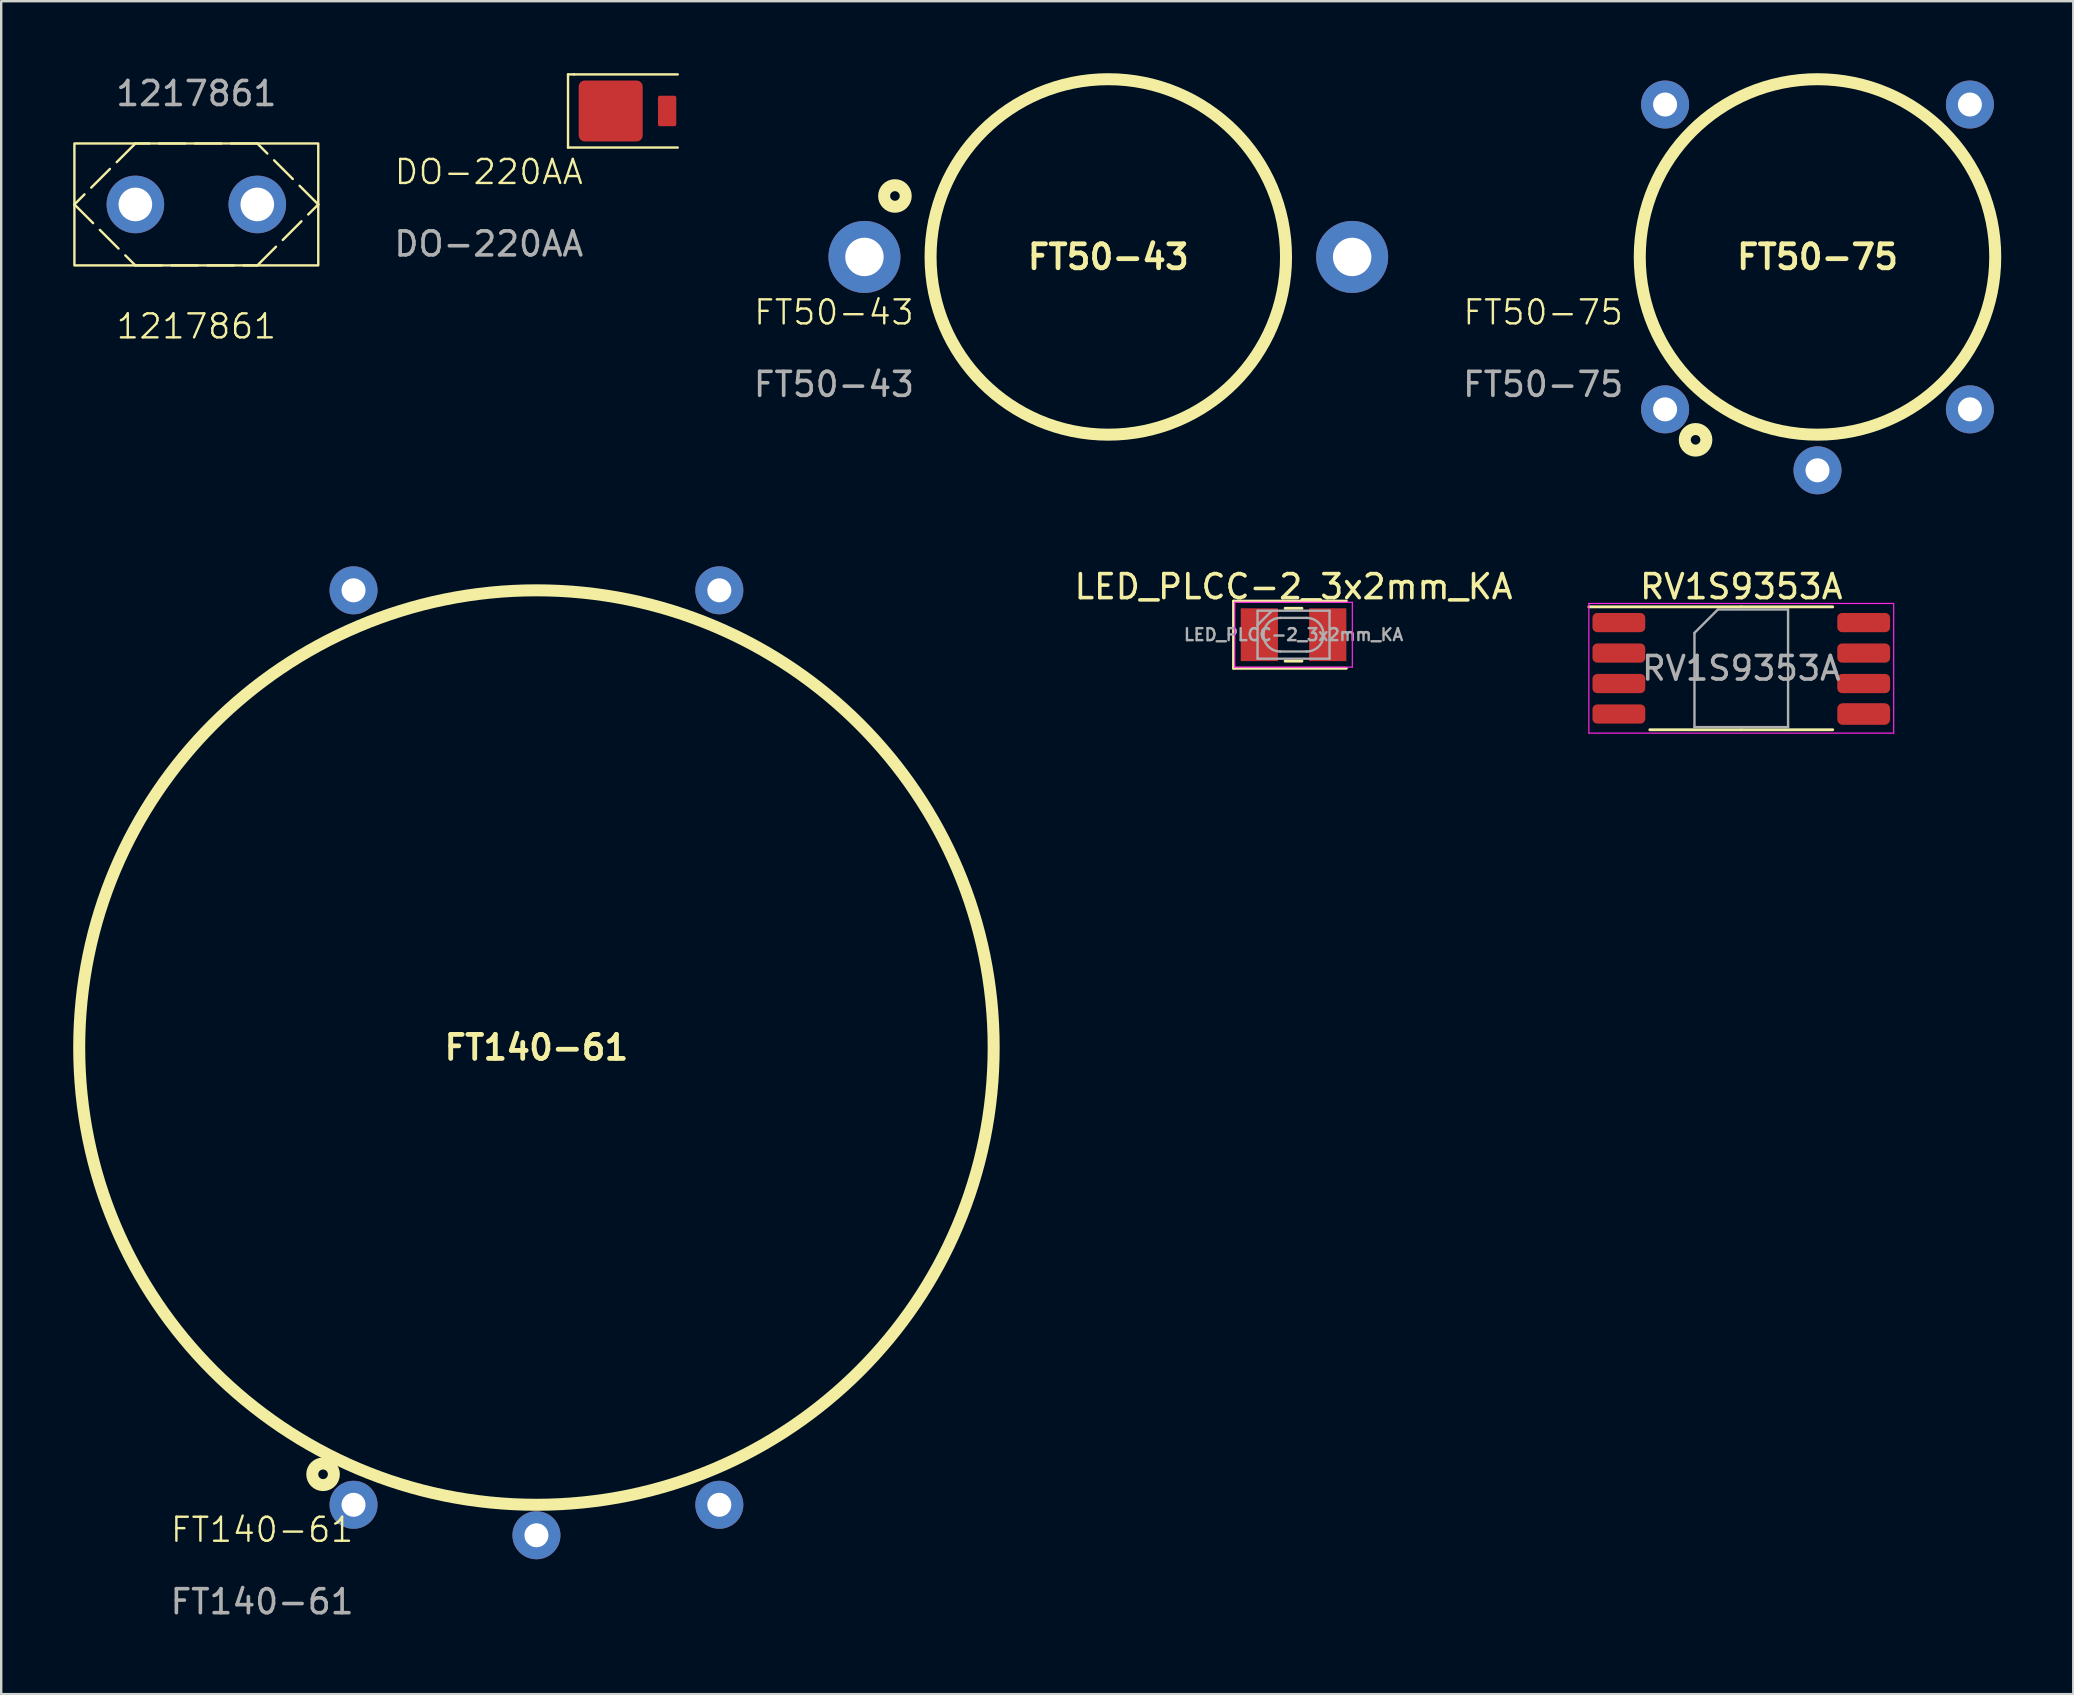
<source format=kicad_pcb>
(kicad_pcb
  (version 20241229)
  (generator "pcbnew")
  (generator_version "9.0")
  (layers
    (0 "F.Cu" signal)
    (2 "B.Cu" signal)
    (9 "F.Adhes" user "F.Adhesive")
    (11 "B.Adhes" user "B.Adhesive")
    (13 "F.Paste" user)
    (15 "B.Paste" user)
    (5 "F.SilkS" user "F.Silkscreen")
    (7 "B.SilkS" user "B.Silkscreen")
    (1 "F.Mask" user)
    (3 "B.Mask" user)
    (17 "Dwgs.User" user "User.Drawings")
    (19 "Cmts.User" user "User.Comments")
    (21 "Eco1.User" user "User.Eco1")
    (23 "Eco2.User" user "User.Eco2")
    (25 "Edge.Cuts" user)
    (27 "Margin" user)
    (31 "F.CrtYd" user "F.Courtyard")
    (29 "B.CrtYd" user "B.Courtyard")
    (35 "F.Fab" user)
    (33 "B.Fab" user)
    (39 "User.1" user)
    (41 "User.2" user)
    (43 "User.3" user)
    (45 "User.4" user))
  (footprint "1217861"
    (layer "F.Cu")
    (at 2.59 5.468)
    (property "Reference" "1217861" (at 2.54 5.08 0) (unlocked yes) (layer "F.SilkS") (effects (font (size 1 1) (thickness 0.1))))
    (attr through_hole)
    (fp_rect (start -2.54 -2.54) (end 7.62 2.54) (stroke (width 0.1) (type default)) (fill no) (layer "F.SilkS"))
    (fp_poly (pts (xy 0 -2.54) (xy -2.54 0) (xy 0 2.54) (xy 5.08 2.54) (xy 7.62 0) (xy 5.08 -2.54)) (stroke (width 0.1) (type dash)) (fill yes) (layer "F.SilkS"))
    (fp_text user "${REFERENCE}" (at 2.54 -4.62 0) (unlocked yes) (layer "F.Fab") (effects (font (size 1 1) (thickness 0.15))))
    (pad "1" thru_hole circle (at 0 0) (size 2.4 2.4) (drill 1.4) (layers "*.Cu" "*.Mask"))
    (pad "2" thru_hole circle (at 5.08 0) (size 2.4 2.4) (drill 1.4) (layers "*.Cu" "*.Mask")))
  (footprint "FT50-43"
    (layer "F.Cu")
    (at 36.776 14.005)
    (property "Reference" "FT50-43" (at -5.08 -4.04 0) (unlocked yes) (layer "F.SilkS") (effects (font (size 1 1) (thickness 0.1))))
    (attr through_hole)
    (fp_circle (center -2.54 -8.89) (end -2.34 -8.89) (stroke (width 0.5) (type default)) (fill no) (layer "F.SilkS"))
    (fp_circle (center 6.35 -6.35) (end 13.755 -6.35) (stroke (width 0.5) (type solid)) (fill no) (layer "F.SilkS"))
    (fp_text user "FT50-43" (at 6.35 -6.35 0) (unlocked yes) (layer "F.SilkS") (effects (font (size 1 1) (thickness 0.2) (bold yes))))
    (fp_text user "${REFERENCE}" (at -5.08 -1.04 0) (unlocked yes) (layer "F.Fab") (effects (font (size 1 1) (thickness 0.15))))
    (pad "1" thru_hole circle (at -3.81 -6.35) (size 3 3) (drill 1.6) (layers "*.Cu" "*.Mask"))
    (pad "2" thru_hole circle (at 16.51 -6.35) (size 3 3) (drill 1.6) (layers "*.Cu" "*.Mask")))
  (footprint "DO-220AA"
    (layer "F.Cu")
    (at 22.394 1.574)
    (property "Reference" "DO-220AA" (at -5.08 2.54 0) (unlocked yes) (layer "F.SilkS") (effects (font (size 1 1) (thickness 0.1))))
    (attr smd)
    (fp_line (start -1.778 -1.524) (end -1.778 1.524) (stroke (width 0.1) (type default)) (layer "F.SilkS"))
    (fp_line (start -1.778 1.524) (end 2.794 1.524) (stroke (width 0.1) (type default)) (layer "F.SilkS"))
    (fp_line (start -1.524 -1.524) (end -1.778 -1.524) (stroke (width 0.1) (type default)) (layer "F.SilkS"))
    (fp_line (start 2.794 -1.524) (end -1.524 -1.524) (stroke (width 0.1) (type default)) (layer "F.SilkS"))
    (fp_text user "${REFERENCE}" (at -5.08 5.54 0) (unlocked yes) (layer "F.Fab") (effects (font (size 1 1) (thickness 0.15))))
    (pad "1" smd roundrect (at 0 0) (size 2.67 2.54) (layers "F.Cu" "F.Mask" "F.Paste") (roundrect_rratio 0.1))
    (pad "2" smd roundrect (at 2.351 0) (size 0.762 1.27) (layers "F.Cu" "F.Mask" "F.Paste") (roundrect_rratio 0.1)))
  (footprint "FT50-75"
    (layer "F.Cu")
    (at 66.324 14.005)
    (property "Reference" "FT50-75" (at -5.08 -4.04 0) (unlocked yes) (layer "F.SilkS") (effects (font (size 1 1) (thickness 0.1))))
    (attr through_hole)
    (fp_circle (center 1.27 1.27) (end 1.47 1.27) (stroke (width 0.5) (type default)) (fill no) (layer "F.SilkS"))
    (fp_circle (center 6.35 -6.35) (end 13.755 -6.35) (stroke (width 0.5) (type solid)) (fill no) (layer "F.SilkS"))
    (fp_text user "FT50-75" (at 6.35 -6.35 0) (unlocked yes) (layer "F.SilkS") (effects (font (size 1 1) (thickness 0.2) (bold yes))))
    (fp_text user "${REFERENCE}" (at -5.08 -1.04 0) (unlocked yes) (layer "F.Fab") (effects (font (size 1 1) (thickness 0.15))))
    (pad "1" thru_hole circle (at 0 0) (size 2 2) (drill 1) (layers "*.Cu" "*.Mask"))
    (pad "2" thru_hole circle (at 6.35 2.54) (size 2 2) (drill 1) (layers "*.Cu" "*.Mask"))
    (pad "3" thru_hole circle (at 12.7 0) (size 2 2) (drill 1) (layers "*.Cu" "*.Mask"))
    (pad "4" thru_hole circle (at 0 -12.7) (size 2 2) (drill 1) (layers "*.Cu" "*.Mask"))
    (pad "5" thru_hole circle (at 12.7 -12.7) (size 2 2) (drill 1) (layers "*.Cu" "*.Mask")))
  (footprint "FT140-61"
    (layer "F.Cu")
    (at 19.3 40.595)
    (property "Reference" "FT140-61" (at -11.43 20.09 0) (unlocked yes) (layer "F.SilkS") (effects (font (size 1 1) (thickness 0.1))))
    (attr through_hole)
    (fp_circle (center -8.89 17.78) (end -8.69 17.78) (stroke (width 0.5) (type default)) (fill no) (layer "F.SilkS"))
    (fp_circle (center 0 0) (end 19.05 0) (stroke (width 0.5) (type solid)) (fill no) (layer "F.SilkS"))
    (fp_text user "FT140-61" (at 0 0 0) (unlocked yes) (layer "F.SilkS") (effects (font (size 1 1) (thickness 0.2) (bold yes))))
    (fp_text user "${REFERENCE}" (at -11.43 23.09 0) (unlocked yes) (layer "F.Fab") (effects (font (size 1 1) (thickness 0.15))))
    (pad "1" thru_hole circle (at -7.62 19.05) (size 2 2) (drill 1) (layers "*.Cu" "*.Mask"))
    (pad "2" thru_hole circle (at 0 20.32) (size 2 2) (drill 1) (layers "*.Cu" "*.Mask"))
    (pad "3" thru_hole circle (at 7.62 19.05) (size 2 2) (drill 1) (layers "*.Cu" "*.Mask"))
    (pad "4" thru_hole circle (at 7.62 -19.05) (size 2 2) (drill 1) (layers "*.Cu" "*.Mask"))
    (pad "5" thru_hole circle (at -7.62 -19.05) (size 2 2) (drill 1) (layers "*.Cu" "*.Mask")))
  (footprint "LED_PLCC-2_3x2mm_KA"
    (layer "F.Cu")
    (at 50.844 23.394)
    (property "Reference" "LED_PLCC-2_3x2mm_KA" (at 0 -2 0) (layer "F.SilkS") (effects (font (size 1 1) (thickness 0.15))))
    (attr smd)
    (fp_line (start -2.5 -1.4) (end -2.5 1.4) (stroke (width 0.12) (type solid)) (layer "F.SilkS"))
    (fp_line (start -2.5 1.4) (end 2.2 1.4) (stroke (width 0.12) (type solid)) (layer "F.SilkS"))
    (fp_line (start 0.35 -1.1) (end -0.35 -1.1) (stroke (width 0.12) (type solid)) (layer "F.SilkS"))
    (fp_line (start 0.35 1.1) (end -0.35 1.1) (stroke (width 0.12) (type solid)) (layer "F.SilkS"))
    (fp_line (start 2.2 -1.4) (end -2.5 -1.4) (stroke (width 0.12) (type solid)) (layer "F.SilkS"))
    (fp_line (start -2.45 -1.35) (end 2.45 -1.35) (stroke (width 0.05) (type solid)) (layer "F.CrtYd"))
    (fp_line (start -2.45 1.35) (end -2.45 -1.35) (stroke (width 0.05) (type solid)) (layer "F.CrtYd"))
    (fp_line (start 2.45 -1.35) (end 2.45 1.35) (stroke (width 0.05) (type solid)) (layer "F.CrtYd"))
    (fp_line (start 2.45 1.35) (end -2.45 1.35) (stroke (width 0.05) (type solid)) (layer "F.CrtYd"))
    (fp_line (start -1.5 -1) (end -1.5 1) (stroke (width 0.1) (type solid)) (layer "F.Fab"))
    (fp_line (start -1.5 -0.4) (end -0.9 -1) (stroke (width 0.1) (type solid)) (layer "F.Fab"))
    (fp_line (start -1.5 1) (end 1.5 1) (stroke (width 0.1) (type solid)) (layer "F.Fab"))
    (fp_line (start -0.55 -0.7) (end 0.55 -0.7) (stroke (width 0.1) (type solid)) (layer "F.Fab"))
    (fp_line (start -0.55 0.7) (end 0.55 0.7) (stroke (width 0.1) (type solid)) (layer "F.Fab"))
    (fp_line (start 1.5 -1) (end -1.5 -1) (stroke (width 0.1) (type solid)) (layer "F.Fab"))
    (fp_line (start 1.5 1) (end 1.5 -1) (stroke (width 0.1) (type solid)) (layer "F.Fab"))
    (fp_arc (start -0.55 0.7) (mid -1.25 0) (end -0.55 -0.7) (stroke (width 0.1) (type solid)) (layer "F.Fab"))
    (fp_arc (start 0.55 -0.7) (mid 1.25 0) (end 0.55 0.7) (stroke (width 0.1) (type solid)) (layer "F.Fab"))
    (fp_text user "${REFERENCE}" (at 0 0 0) (layer "F.Fab") (effects (font (size 0.5 0.5) (thickness 0.1))))
    (pad "1" smd rect (at -1.425 0) (size 1.55 2.2) (layers "F.Cu" "F.Mask" "F.Paste"))
    (pad "2" smd rect (at 1.425 0) (size 1.55 2.2) (layers "F.Cu" "F.Mask" "F.Paste")))
  (footprint "RV1S9353A"
    (layer "F.Cu")
    (at 69.498 24.794)
    (property "Reference" "RV1S9353A" (at 0 -3.4 0) (layer "F.SilkS") (effects (font (size 1 1) (thickness 0.15))))
    (attr smd)
    (fp_line (start 0 -2.56) (end -6.35 -2.56) (stroke (width 0.12) (type solid)) (layer "F.SilkS"))
    (fp_line (start 0 -2.56) (end 3.81 -2.56) (stroke (width 0.12) (type solid)) (layer "F.SilkS"))
    (fp_line (start 0 2.56) (end -3.81 2.56) (stroke (width 0.12) (type solid)) (layer "F.SilkS"))
    (fp_line (start 0 2.56) (end 3.81 2.56) (stroke (width 0.12) (type solid)) (layer "F.SilkS"))
    (fp_line (start -6.35 -2.7) (end -6.35 2.7) (stroke (width 0.05) (type solid)) (layer "F.CrtYd"))
    (fp_line (start -6.35 2.7) (end 6.35 2.7) (stroke (width 0.05) (type solid)) (layer "F.CrtYd"))
    (fp_line (start 6.35 -2.7) (end -6.35 -2.7) (stroke (width 0.05) (type solid)) (layer "F.CrtYd"))
    (fp_line (start 6.35 2.7) (end 6.35 -2.7) (stroke (width 0.05) (type solid)) (layer "F.CrtYd"))
    (fp_line (start -1.95 -1.475) (end -0.975 -2.45) (stroke (width 0.1) (type solid)) (layer "F.Fab"))
    (fp_line (start -1.95 2.45) (end -1.95 -1.475) (stroke (width 0.1) (type solid)) (layer "F.Fab"))
    (fp_line (start -0.975 -2.45) (end 1.95 -2.45) (stroke (width 0.1) (type solid)) (layer "F.Fab"))
    (fp_line (start 1.95 -2.45) (end 1.95 2.45) (stroke (width 0.1) (type solid)) (layer "F.Fab"))
    (fp_line (start 1.95 2.45) (end -1.95 2.45) (stroke (width 0.1) (type solid)) (layer "F.Fab"))
    (fp_text user "${REFERENCE}" (at 0 0 0) (layer "F.Fab") (effects (font (size 0.98 0.98) (thickness 0.15))))
    (pad "1" smd roundrect (at -5.1 -1.905) (size 2.2 0.8) (layers "F.Cu" "F.Mask" "F.Paste") (roundrect_rratio 0.25))
    (pad "2" smd roundrect (at -5.1 -0.635) (size 2.2 0.8) (layers "F.Cu" "F.Mask" "F.Paste") (roundrect_rratio 0.25))
    (pad "3" smd roundrect (at -5.1 0.635) (size 2.2 0.8) (layers "F.Cu" "F.Mask" "F.Paste") (roundrect_rratio 0.25))
    (pad "4" smd roundrect (at -5.1 1.905) (size 2.2 0.8) (layers "F.Cu" "F.Mask" "F.Paste") (roundrect_rratio 0.25))
    (pad "5" smd roundrect (at 5.1 1.905) (size 2.2 0.9) (layers "F.Cu" "F.Mask" "F.Paste") (roundrect_rratio 0.25))
    (pad "6" smd roundrect (at 5.1 0.635) (size 2.2 0.8) (layers "F.Cu" "F.Mask" "F.Paste") (roundrect_rratio 0.25))
    (pad "7" smd roundrect (at 5.1 -0.635) (size 2.2 0.8) (layers "F.Cu" "F.Mask" "F.Paste") (roundrect_rratio 0.25))
    (pad "8" smd roundrect (at 5.1 -1.905) (size 2.2 0.8) (layers "F.Cu" "F.Mask" "F.Paste") (roundrect_rratio 0.25)))
  (gr_rect
    (start -3 -3)
    (end 83.33 67.534)
    (stroke (width 0.1) (type default))
    (fill no)
    (layer "Edge.Cuts")))
</source>
